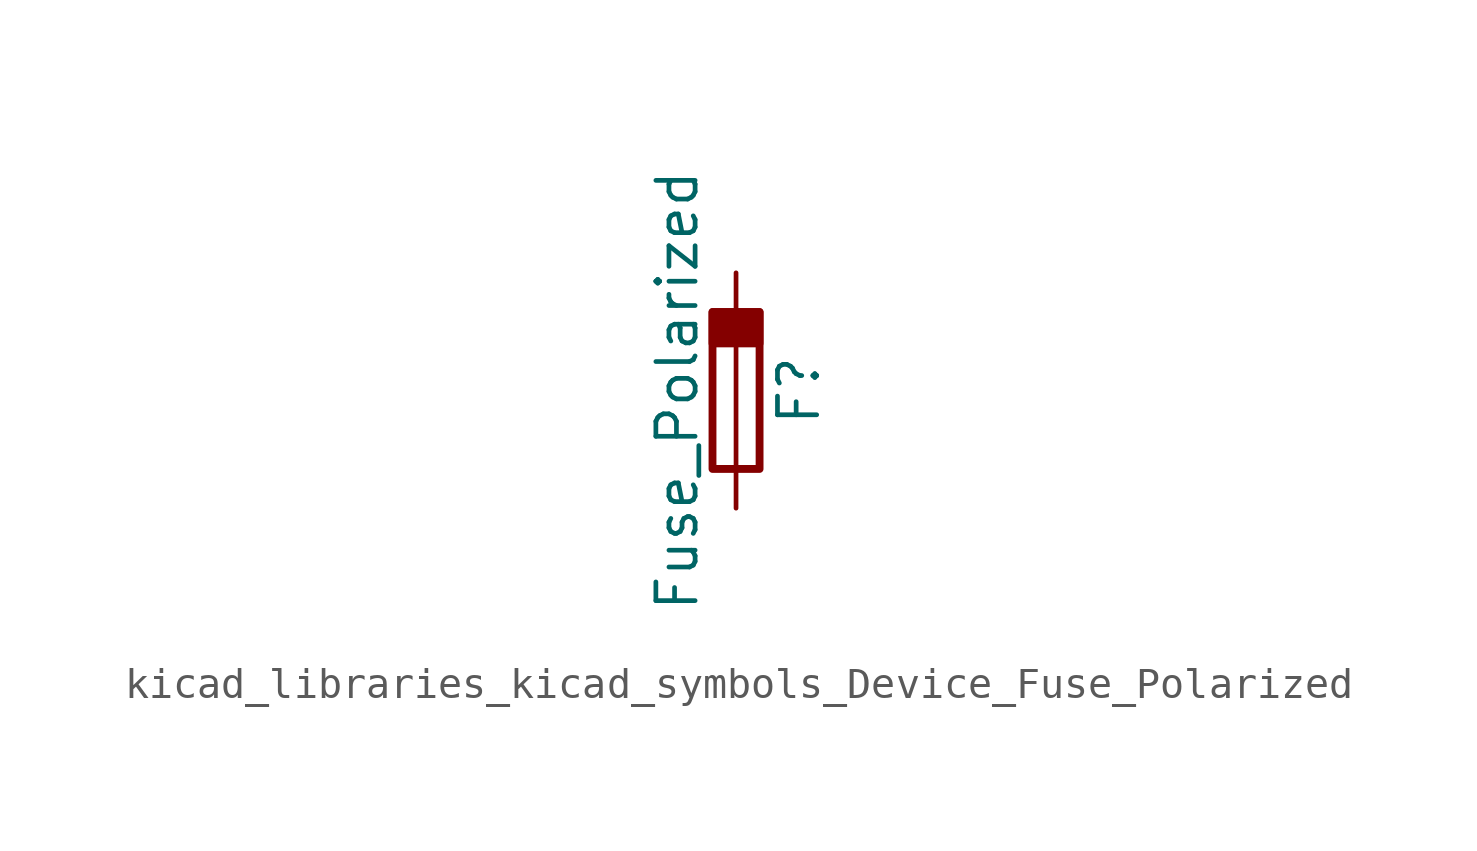
<source format=kicad_sym>
(kicad_symbol_lib
  (version 20220914)
  (generator kicad_symbol_editor)
  (symbol "kicad_libraries_kicad_symbols_Device_Fuse_Polarized"
    (pin_numbers hide)
    (pin_names
      (offset 0))
    (property "Reference" "F"
      (at 2.032 0 90)
      (effects (font (size 1.27 1.27))))
    (property "Value" "Fuse_Polarized"
      (at -1.905 0 90)
      (effects (font (size 1.27 1.27))))
    (symbol "kicad_libraries_kicad_symbols_Device_Fuse_Polarized_0_1"
      (rectangle (start -0.762 -2.54) (end 0.762 2.54) (stroke (width 0.254) (type default)) (fill (type none)))
      (rectangle (start -0.762 2.54) (end 0.762 1.524) (stroke (width 0.254) (type default)) (fill (type outline)))
      (polyline (pts (xy 0 2.54) (xy 0 -2.54)) (stroke (width 0) (type default)) (fill (type none))))
    (symbol "kicad_libraries_kicad_symbols_Device_Fuse_Polarized_1_1"
      (pin power_in line (at 0 3.81 270) (length 1.27) (name "~" (effects (font (size 1.27 1.27)))) (number "1" (effects (font (size 1.27 1.27)))))
      (pin power_out line (at 0 -3.81 90) (length 1.27) (name "~" (effects (font (size 1.27 1.27)))) (number "2" (effects (font (size 1.27 1.27))))))))
</source>
